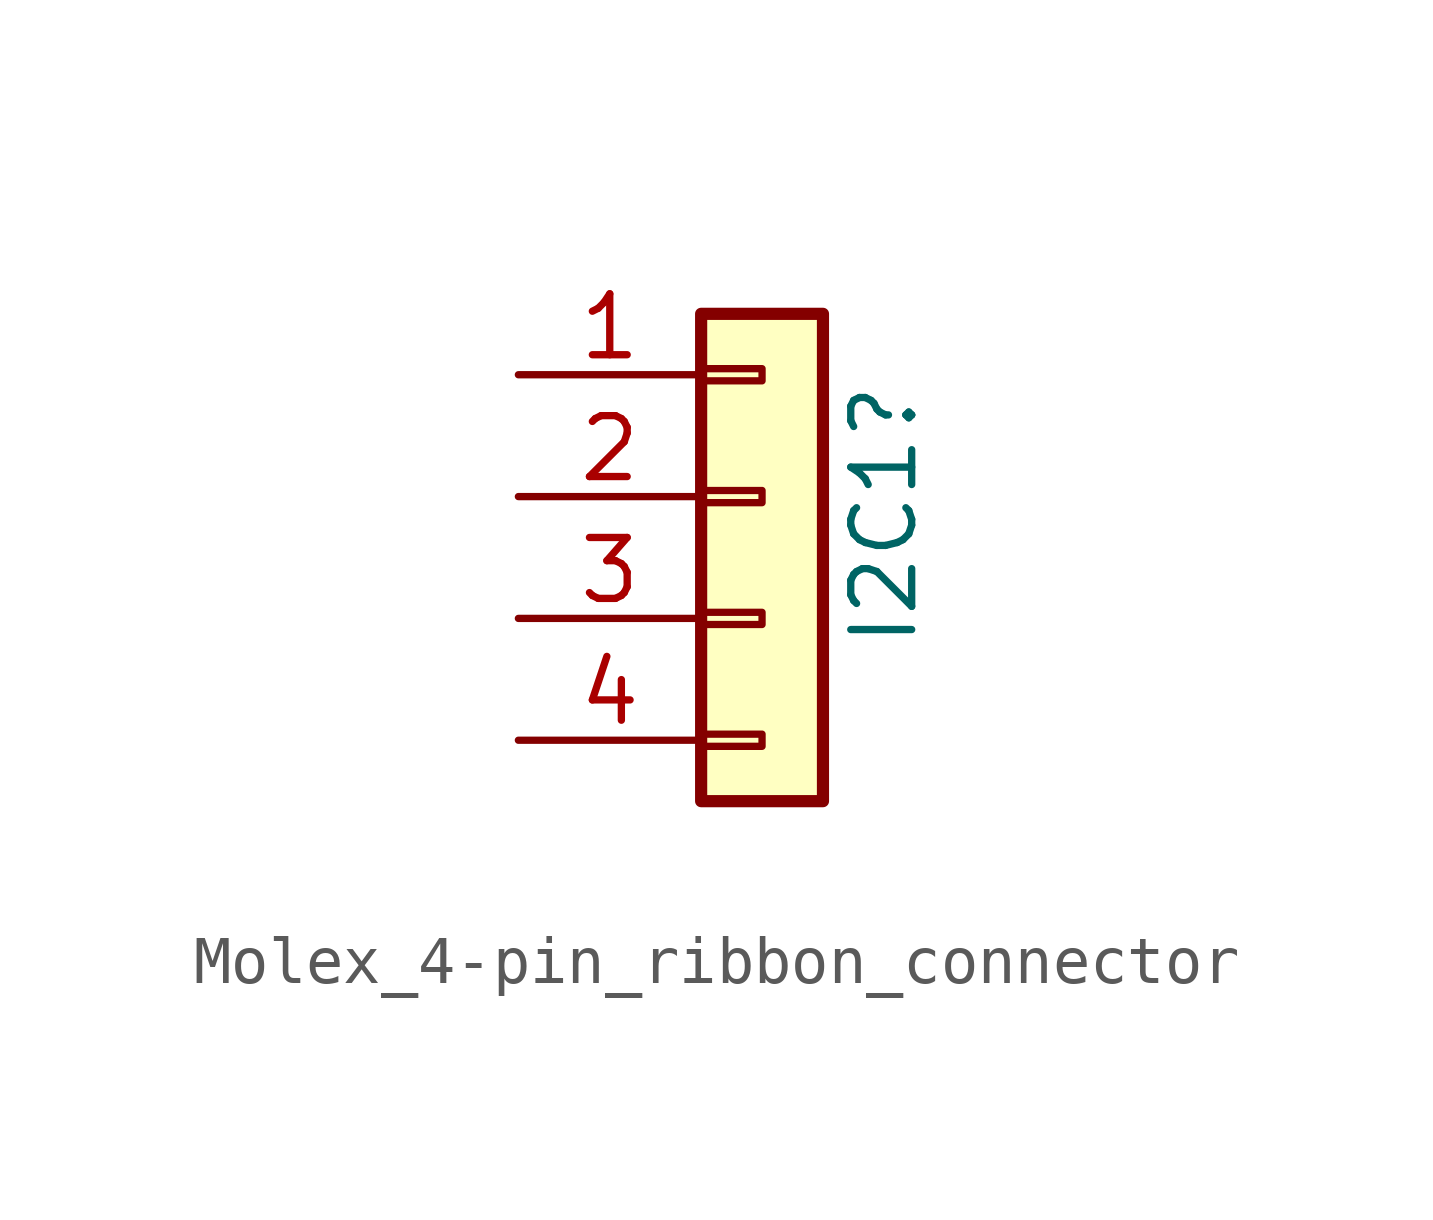
<source format=kicad_sym>
(kicad_symbol_lib
  (version 20231120)
  (generator "kicad_symbol_editor")
  (generator_version "8.0")
  (symbol "Molex_4-pin_ribbon_connector"
    (pin_names
      (offset 1.016) hide)
    (property "Reference" "I2C1"
      (at 2.54 -3.175 90)
      (effects (font (size 1.27 1.27)) (justify left)))
    (symbol "Molex_4-pin_ribbon_connector_1_1"
      (rectangle (start -1.27 -4.953) (end 0 -5.207) (stroke (width 0.152) (type default)) (fill (type none)))
      (rectangle (start -1.27 -2.413) (end 0 -2.667) (stroke (width 0.152) (type default)) (fill (type none)))
      (rectangle (start -1.27 0.127) (end 0 -0.127) (stroke (width 0.152) (type default)) (fill (type none)))
      (rectangle (start -1.27 2.667) (end 0 2.413) (stroke (width 0.152) (type default)) (fill (type none)))
      (rectangle (start -1.27 3.81) (end 1.27 -6.35) (stroke (width 0.254) (type default)) (fill (type background)))
      (pin passive line (at -5.08 2.54 0) (length 3.81) (name "Pin_1" (effects (font (size 1.27 1.27)))) (number "1" (effects (font (size 1.27 1.27)))))
      (pin passive line (at -5.08 0 0) (length 3.81) (name "Pin_2" (effects (font (size 1.27 1.27)))) (number "2" (effects (font (size 1.27 1.27)))))
      (pin passive line (at -5.08 -2.54 0) (length 3.81) (name "Pin_3" (effects (font (size 1.27 1.27)))) (number "3" (effects (font (size 1.27 1.27)))))
      (pin passive line (at -5.08 -5.08 0) (length 3.81) (name "Pin_4" (effects (font (size 1.27 1.27)))) (number "4" (effects (font (size 1.27 1.27)))))
      (pin no_connect line (at -5.08 5.08 0) (length 0) hide (name "Mount_Point" (effects (font (size 1.27 1.27)))) (number "MP1" (effects (font (size 1.27 1.27)))))
      (pin no_connect line (at -5.08 -7.62 0) (length 0) hide (name "Mount_Point" (effects (font (size 1.27 1.27)))) (number "MP2" (effects (font (size 1.27 1.27))))))))
</source>
